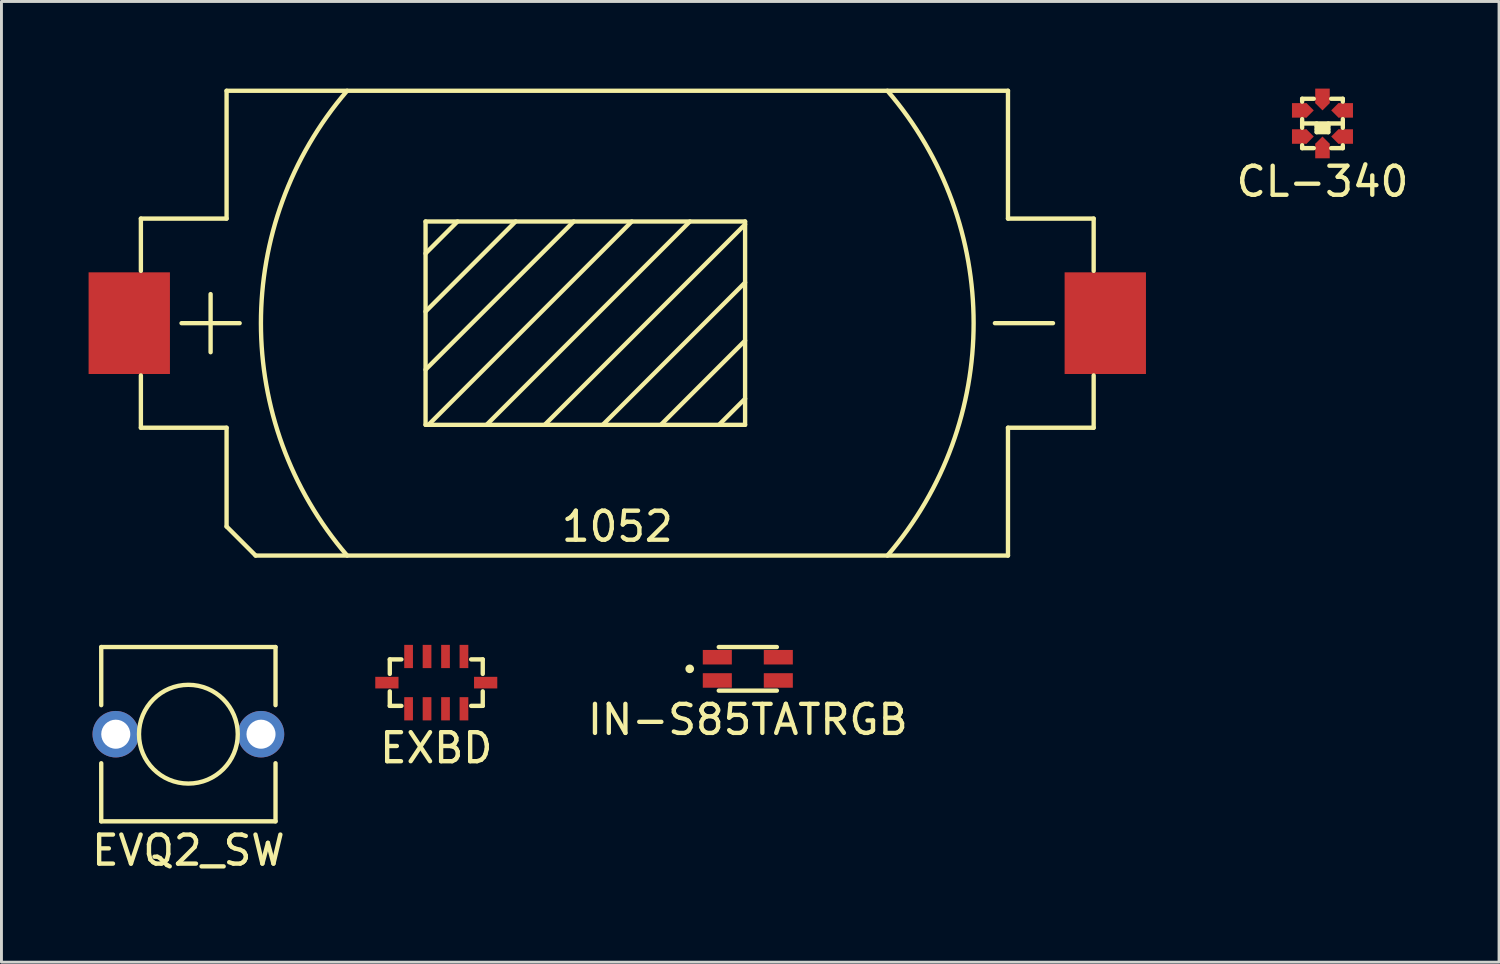
<source format=kicad_pcb>
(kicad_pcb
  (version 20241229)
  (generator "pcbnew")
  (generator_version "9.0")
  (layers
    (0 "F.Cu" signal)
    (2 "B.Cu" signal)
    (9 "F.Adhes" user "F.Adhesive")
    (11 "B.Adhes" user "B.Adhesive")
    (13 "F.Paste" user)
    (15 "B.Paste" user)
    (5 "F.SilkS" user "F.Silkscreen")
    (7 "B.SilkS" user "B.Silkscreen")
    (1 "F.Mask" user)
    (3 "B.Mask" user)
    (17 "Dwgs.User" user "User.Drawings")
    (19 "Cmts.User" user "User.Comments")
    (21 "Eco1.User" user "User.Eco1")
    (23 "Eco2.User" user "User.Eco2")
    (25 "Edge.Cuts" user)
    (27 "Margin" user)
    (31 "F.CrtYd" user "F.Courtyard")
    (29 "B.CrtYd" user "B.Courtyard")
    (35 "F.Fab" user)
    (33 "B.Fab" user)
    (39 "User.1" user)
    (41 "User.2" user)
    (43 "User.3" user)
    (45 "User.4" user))
  (footprint "1052"
    (layer "F.Cu")
    (at 18.2 8.075)
    (property "Reference" "1052" (at 0 7 0) (layer "F.SilkS") (effects (font (size 1 1) (thickness 0.15))))
    (attr through_hole)
    (fp_line (start -16.4 -3.6) (end -16.4 -1.8) (stroke (width 0.15) (type solid)) (layer "F.SilkS"))
    (fp_line (start -16.4 3.6) (end -16.4 1.8) (stroke (width 0.15) (type solid)) (layer "F.SilkS"))
    (fp_line (start -15 0) (end -13 0) (stroke (width 0.15) (type solid)) (layer "F.SilkS"))
    (fp_line (start -14 -1) (end -14 1) (stroke (width 0.15) (type solid)) (layer "F.SilkS"))
    (fp_line (start -13.45 -8) (end -13.45 -3.6) (stroke (width 0.15) (type solid)) (layer "F.SilkS"))
    (fp_line (start -13.45 -8) (end 13.45 -8) (stroke (width 0.15) (type solid)) (layer "F.SilkS"))
    (fp_line (start -13.45 -3.6) (end -16.4 -3.6) (stroke (width 0.15) (type solid)) (layer "F.SilkS"))
    (fp_line (start -13.45 3.6) (end -16.4 3.6) (stroke (width 0.15) (type solid)) (layer "F.SilkS"))
    (fp_line (start -13.45 7) (end -13.45 3.6) (stroke (width 0.15) (type solid)) (layer "F.SilkS"))
    (fp_line (start -13.45 7) (end -12.45 8) (stroke (width 0.15) (type solid)) (layer "F.SilkS"))
    (fp_line (start -12.45 8) (end 13.45 8) (stroke (width 0.15) (type solid)) (layer "F.SilkS"))
    (fp_line (start -6.6 -3.5) (end -6.6 3.5) (stroke (width 0.15) (type solid)) (layer "F.SilkS"))
    (fp_line (start -6.6 -3.5) (end 4.4 -3.5) (stroke (width 0.15) (type solid)) (layer "F.SilkS"))
    (fp_line (start -6.6 1.6) (end -1.5 -3.5) (stroke (width 0.15) (type solid)) (layer "F.SilkS"))
    (fp_line (start -6.6 3.5) (end 4.4 3.5) (stroke (width 0.15) (type solid)) (layer "F.SilkS"))
    (fp_line (start -5.5 -3.5) (end -6.6 -2.4) (stroke (width 0.15) (type solid)) (layer "F.SilkS"))
    (fp_line (start -3.5 -3.5) (end -6.6 -0.4) (stroke (width 0.15) (type solid)) (layer "F.SilkS"))
    (fp_line (start 0.5 -3.5) (end -6.5 3.5) (stroke (width 0.15) (type solid)) (layer "F.SilkS"))
    (fp_line (start 2.5 -3.5) (end -4.5 3.5) (stroke (width 0.15) (type solid)) (layer "F.SilkS"))
    (fp_line (start 4.4 -3.5) (end 4.4 3.5) (stroke (width 0.15) (type solid)) (layer "F.SilkS"))
    (fp_line (start 4.4 -3.4) (end -2.5 3.5) (stroke (width 0.15) (type solid)) (layer "F.SilkS"))
    (fp_line (start 4.4 -1.4) (end -0.5 3.5) (stroke (width 0.15) (type solid)) (layer "F.SilkS"))
    (fp_line (start 4.4 0.6) (end 1.5 3.5) (stroke (width 0.15) (type solid)) (layer "F.SilkS"))
    (fp_line (start 4.4 2.6) (end 3.5 3.5) (stroke (width 0.15) (type solid)) (layer "F.SilkS"))
    (fp_line (start 13.45 -8) (end 13.45 -3.6) (stroke (width 0.15) (type solid)) (layer "F.SilkS"))
    (fp_line (start 13.45 -3.6) (end 16.4 -3.6) (stroke (width 0.15) (type solid)) (layer "F.SilkS"))
    (fp_line (start 13.45 3.6) (end 16.4 3.6) (stroke (width 0.15) (type solid)) (layer "F.SilkS"))
    (fp_line (start 13.45 8) (end 13.45 3.6) (stroke (width 0.15) (type solid)) (layer "F.SilkS"))
    (fp_line (start 15 0) (end 13 0) (stroke (width 0.15) (type solid)) (layer "F.SilkS"))
    (fp_line (start 16.4 -3.6) (end 16.4 -1.8) (stroke (width 0.15) (type solid)) (layer "F.SilkS"))
    (fp_line (start 16.4 3.6) (end 16.4 1.8) (stroke (width 0.15) (type solid)) (layer "F.SilkS"))
    (fp_arc (start -9.3 8) (mid -12.267437 0) (end -9.3 -8) (stroke (width 0.15) (type solid)) (layer "F.SilkS"))
    (fp_arc (start 9.3 -8) (mid 12.267437 0) (end 9.3 8) (stroke (width 0.15) (type solid)) (layer "F.SilkS"))
    (pad "1" smd rect (at -16.8 0) (size 2.8 3.5) (layers "F.Cu" "F.Mask" "F.Paste"))
    (pad "2" smd rect (at 16.8 0) (size 2.8 3.5) (layers "F.Cu" "F.Mask" "F.Paste")))
  (footprint "EXBD"
    (layer "F.Cu")
    (at 11.969 20.45)
    (property "Reference" "EXBD" (at 0 2.25 0) (layer "F.SilkS") (effects (font (size 1 1) (thickness 0.15))))
    (attr through_hole)
    (fp_line (start -1.6 -0.8) (end -1.6 -0.3) (stroke (width 0.15) (type solid)) (layer "F.SilkS"))
    (fp_line (start -1.6 0.8) (end -1.6 0.3) (stroke (width 0.15) (type solid)) (layer "F.SilkS"))
    (fp_line (start -1.2 -0.8) (end -1.6 -0.8) (stroke (width 0.15) (type solid)) (layer "F.SilkS"))
    (fp_line (start -1.2 0.8) (end -1.6 0.8) (stroke (width 0.15) (type solid)) (layer "F.SilkS"))
    (fp_line (start 1.2 -0.8) (end 1.6 -0.8) (stroke (width 0.15) (type solid)) (layer "F.SilkS"))
    (fp_line (start 1.2 0.8) (end 1.6 0.8) (stroke (width 0.15) (type solid)) (layer "F.SilkS"))
    (fp_line (start 1.6 -0.8) (end 1.6 -0.3) (stroke (width 0.15) (type solid)) (layer "F.SilkS"))
    (fp_line (start 1.6 0.8) (end 1.6 0.3) (stroke (width 0.15) (type solid)) (layer "F.SilkS"))
    (pad "1" smd rect (at 0.953 -0.9) (size 0.3 0.8) (layers "F.Cu" "F.Mask" "F.Paste"))
    (pad "2" smd rect (at 0.953 0.9) (size 0.3 0.8) (layers "F.Cu" "F.Mask" "F.Paste"))
    (pad "3" smd rect (at 0.318 -0.9) (size 0.3 0.8) (layers "F.Cu" "F.Mask" "F.Paste"))
    (pad "4" smd rect (at 0.318 0.9) (size 0.3 0.8) (layers "F.Cu" "F.Mask" "F.Paste"))
    (pad "5" smd rect (at -0.318 -0.9) (size 0.3 0.8) (layers "F.Cu" "F.Mask" "F.Paste"))
    (pad "6" smd rect (at -0.318 0.9) (size 0.3 0.8) (layers "F.Cu" "F.Mask" "F.Paste"))
    (pad "7" smd rect (at -0.953 -0.9) (size 0.3 0.8) (layers "F.Cu" "F.Mask" "F.Paste"))
    (pad "8" smd rect (at -0.953 0.9) (size 0.3 0.8) (layers "F.Cu" "F.Mask" "F.Paste"))
    (pad "9" smd rect (at -1.7 0) (size 0.8 0.4) (layers "F.Cu" "F.Mask" "F.Paste"))
    (pad "9" smd rect (at 1.7 0) (size 0.8 0.4) (layers "F.Cu" "F.Mask" "F.Paste")))
  (footprint "EVQ2_SW"
    (layer "F.Cu")
    (at 3.435 22.225)
    (property "Reference" "EVQ2_SW" (at 0 4 0) (layer "F.SilkS") (effects (font (size 1 1) (thickness 0.15))))
    (attr through_hole)
    (fp_line (start -3 -3) (end -3 -1) (stroke (width 0.15) (type solid)) (layer "F.SilkS"))
    (fp_line (start -3 -3) (end 3 -3) (stroke (width 0.15) (type solid)) (layer "F.SilkS"))
    (fp_line (start -3 3) (end -3 1) (stroke (width 0.15) (type solid)) (layer "F.SilkS"))
    (fp_line (start 3 -3) (end 3 -1) (stroke (width 0.15) (type solid)) (layer "F.SilkS"))
    (fp_line (start 3 1) (end 3 3) (stroke (width 0.15) (type solid)) (layer "F.SilkS"))
    (fp_line (start 3 3) (end -3 3) (stroke (width 0.15) (type solid)) (layer "F.SilkS"))
    (fp_circle (center 0 0) (end 0 1.7) (stroke (width 0.15) (type solid)) (fill no) (layer "F.SilkS"))
    (pad "1" thru_hole circle (at -2.5 0) (size 1.6 1.6) (drill 1) (layers "*.Cu" "*.Mask"))
    (pad "2" thru_hole circle (at 2.5 0) (size 1.6 1.6) (drill 1) (layers "*.Cu" "*.Mask")))
  (footprint "CL-340"
    (layer "F.Cu")
    (at 42.477 1.2)
    (property "Reference" "CL-340" (at 0 2 0) (layer "F.SilkS") (effects (font (size 1 1) (thickness 0.15))))
    (attr through_hole)
    (fp_line (start -0.7 -0.85) (end -0.7 -0.75) (stroke (width 0.15) (type solid)) (layer "F.SilkS"))
    (fp_line (start -0.7 -0.15) (end -0.7 0.15) (stroke (width 0.15) (type solid)) (layer "F.SilkS"))
    (fp_line (start -0.7 0) (end 0.7 0) (stroke (width 0.15) (type solid)) (layer "F.SilkS"))
    (fp_line (start -0.7 0.85) (end -0.7 0.75) (stroke (width 0.15) (type solid)) (layer "F.SilkS"))
    (fp_line (start -0.3 -0.85) (end -0.7 -0.85) (stroke (width 0.15) (type solid)) (layer "F.SilkS"))
    (fp_line (start -0.3 0.85) (end -0.7 0.85) (stroke (width 0.15) (type solid)) (layer "F.SilkS"))
    (fp_line (start -0.2 0) (end -0.2 0.3) (stroke (width 0.15) (type solid)) (layer "F.SilkS"))
    (fp_line (start -0.2 0.1) (end 0.2 0.1) (stroke (width 0.15) (type solid)) (layer "F.SilkS"))
    (fp_line (start -0.2 0.2) (end 0.2 0.2) (stroke (width 0.15) (type solid)) (layer "F.SilkS"))
    (fp_line (start -0.2 0.3) (end 0.2 0.3) (stroke (width 0.15) (type solid)) (layer "F.SilkS"))
    (fp_line (start 0.2 0.3) (end 0.2 0) (stroke (width 0.15) (type solid)) (layer "F.SilkS"))
    (fp_line (start 0.3 -0.85) (end 0.7 -0.85) (stroke (width 0.15) (type solid)) (layer "F.SilkS"))
    (fp_line (start 0.3 0.85) (end 0.7 0.85) (stroke (width 0.15) (type solid)) (layer "F.SilkS"))
    (fp_line (start 0.7 -0.85) (end 0.7 -0.75) (stroke (width 0.15) (type solid)) (layer "F.SilkS"))
    (fp_line (start 0.7 -0.15) (end 0.7 0.15) (stroke (width 0.15) (type solid)) (layer "F.SilkS"))
    (fp_line (start 0.7 0.85) (end 0.7 0.75) (stroke (width 0.15) (type solid)) (layer "F.SilkS"))
    (pad "1" smd rect (at 0.55 -0.45 45) (size 0.354 0.354) (layers "F.Cu" "F.Mask" "F.Paste"))
    (pad "1" smd rect (at 0.8 -0.45) (size 0.5 0.5) (layers "F.Cu" "F.Mask" "F.Paste"))
    (pad "2" smd rect (at 0 -0.95) (size 0.5 0.5) (layers "F.Cu" "F.Mask" "F.Paste"))
    (pad "2" smd rect (at 0 -0.7 45) (size 0.354 0.354) (layers "F.Cu" "F.Mask" "F.Paste"))
    (pad "3" smd rect (at -0.8 -0.45) (size 0.5 0.5) (layers "F.Cu" "F.Mask" "F.Paste"))
    (pad "3" smd rect (at -0.55 -0.45 45) (size 0.354 0.354) (layers "F.Cu" "F.Mask" "F.Paste"))
    (pad "4" smd rect (at -0.8 0.45) (size 0.5 0.5) (layers "F.Cu" "F.Mask" "F.Paste"))
    (pad "4" smd rect (at -0.55 0.45 45) (size 0.354 0.354) (layers "F.Cu" "F.Mask" "F.Paste"))
    (pad "5" smd rect (at 0 0.7 45) (size 0.354 0.354) (layers "F.Cu" "F.Mask" "F.Paste"))
    (pad "5" smd rect (at 0 0.95) (size 0.5 0.5) (layers "F.Cu" "F.Mask" "F.Paste"))
    (pad "6" smd rect (at 0.55 0.45 45) (size 0.354 0.354) (layers "F.Cu" "F.Mask" "F.Paste"))
    (pad "6" smd rect (at 0.8 0.45) (size 0.5 0.5) (layers "F.Cu" "F.Mask" "F.Paste")))
  (footprint "IN-S85TATRGB"
    (layer "F.Cu")
    (at 22.694 19.975)
    (property "Reference" "IN-S85TATRGB" (at 0 1.75 0) (layer "F.SilkS") (effects (font (size 1 1) (thickness 0.15))))
    (attr through_hole)
    (fp_line (start -1 -0.75) (end 1 -0.75) (stroke (width 0.15) (type solid)) (layer "F.SilkS"))
    (fp_line (start -1 0.75) (end 1 0.75) (stroke (width 0.15) (type solid)) (layer "F.SilkS"))
    (fp_circle (center -2 0) (end -1.925 0) (stroke (width 0.15) (type solid)) (fill no) (layer "F.SilkS"))
    (pad "1" smd rect (at -1.05 -0.4) (size 1 0.5) (layers "F.Cu" "F.Mask" "F.Paste"))
    (pad "2" smd rect (at 1.05 -0.4) (size 1 0.5) (layers "F.Cu" "F.Mask" "F.Paste"))
    (pad "3" smd rect (at -1.05 0.4) (size 1 0.5) (layers "F.Cu" "F.Mask" "F.Paste"))
    (pad "4" smd rect (at 1.05 0.4) (size 1 0.5) (layers "F.Cu" "F.Mask" "F.Paste")))
  (gr_rect
    (start -3 -3)
    (end 48.555 30.073)
    (stroke (width 0.1) (type default))
    (fill no)
    (layer "Edge.Cuts")))
</source>
